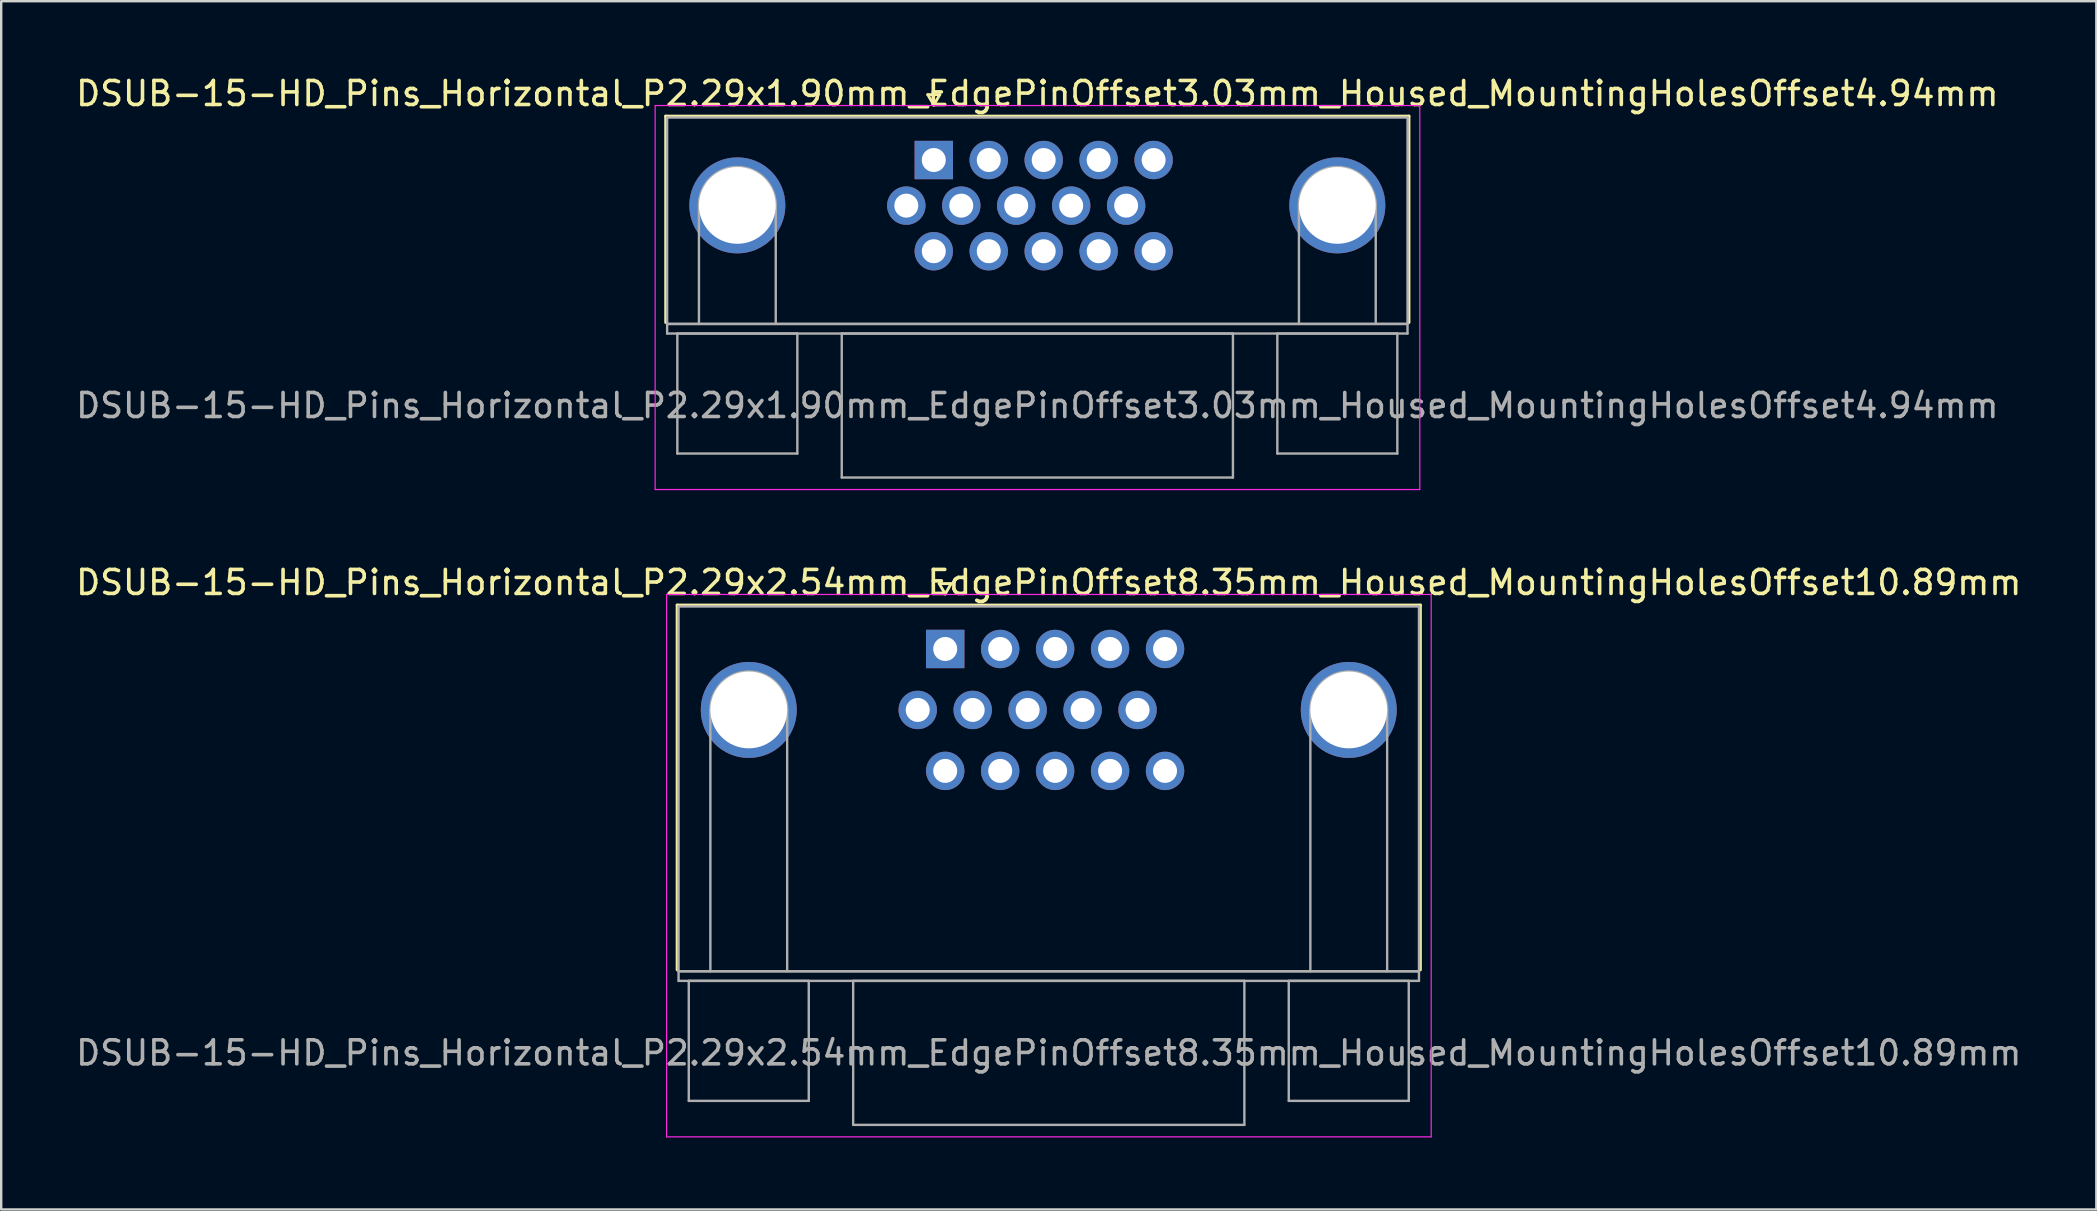
<source format=kicad_pcb>
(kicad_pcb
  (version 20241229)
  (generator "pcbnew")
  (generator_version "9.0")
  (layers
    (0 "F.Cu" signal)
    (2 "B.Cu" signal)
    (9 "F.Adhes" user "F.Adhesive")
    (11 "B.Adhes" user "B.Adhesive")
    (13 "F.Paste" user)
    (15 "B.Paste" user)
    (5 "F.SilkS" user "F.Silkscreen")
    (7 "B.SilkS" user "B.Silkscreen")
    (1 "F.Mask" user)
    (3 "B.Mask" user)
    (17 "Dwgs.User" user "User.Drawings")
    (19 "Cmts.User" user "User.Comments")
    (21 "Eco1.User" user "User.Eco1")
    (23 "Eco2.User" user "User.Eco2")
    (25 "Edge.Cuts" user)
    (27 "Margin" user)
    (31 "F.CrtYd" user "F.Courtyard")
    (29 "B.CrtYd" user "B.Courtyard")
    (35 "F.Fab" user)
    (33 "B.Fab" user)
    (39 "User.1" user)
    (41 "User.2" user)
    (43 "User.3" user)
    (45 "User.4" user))
  (footprint "DSUB-15-HD_Pins_Horizontal_P2.29x2.54mm_EdgePinOffset8.35mm_Housed_MountingHolesOffset10.89mm"
    (layer "F.Cu")
    (at 36.334 23.991)
    (property "Reference" "DSUB-15-HD_Pins_Horizontal_P2.29x2.54mm_EdgePinOffset8.35mm_Housed_MountingHolesOffset10.89mm" (at 4.315 -2.77 0) (layer "F.SilkS") (effects (font (size 1 1) (thickness 0.15))))
    (attr through_hole)
    (fp_line (start -11.17 -1.83) (end 19.8 -1.83) (stroke (width 0.12) (type solid)) (layer "F.SilkS"))
    (fp_line (start -11.17 13.37) (end -11.17 -1.83) (stroke (width 0.12) (type solid)) (layer "F.SilkS"))
    (fp_line (start -0.25 -2.724) (end 0.25 -2.724) (stroke (width 0.12) (type solid)) (layer "F.SilkS"))
    (fp_line (start 0 -2.291) (end -0.25 -2.724) (stroke (width 0.12) (type solid)) (layer "F.SilkS"))
    (fp_line (start 0.25 -2.724) (end 0 -2.291) (stroke (width 0.12) (type solid)) (layer "F.SilkS"))
    (fp_line (start 19.8 -1.83) (end 19.8 13.37) (stroke (width 0.12) (type solid)) (layer "F.SilkS"))
    (fp_line (start -11.61 -2.27) (end -11.61 20.33) (stroke (width 0.05) (type solid)) (layer "F.CrtYd"))
    (fp_line (start -11.61 20.33) (end 20.25 20.33) (stroke (width 0.05) (type solid)) (layer "F.CrtYd"))
    (fp_line (start 20.25 -2.27) (end -11.61 -2.27) (stroke (width 0.05) (type solid)) (layer "F.CrtYd"))
    (fp_line (start 20.25 20.33) (end 20.25 -2.27) (stroke (width 0.05) (type solid)) (layer "F.CrtYd"))
    (fp_line (start -11.11 -1.77) (end -11.11 13.43) (stroke (width 0.1) (type solid)) (layer "F.Fab"))
    (fp_line (start -11.11 13.43) (end -11.11 13.83) (stroke (width 0.1) (type solid)) (layer "F.Fab"))
    (fp_line (start -11.11 13.43) (end 19.74 13.43) (stroke (width 0.1) (type solid)) (layer "F.Fab"))
    (fp_line (start -11.11 13.83) (end 19.74 13.83) (stroke (width 0.1) (type solid)) (layer "F.Fab"))
    (fp_line (start -10.685 13.83) (end -10.685 18.83) (stroke (width 0.1) (type solid)) (layer "F.Fab"))
    (fp_line (start -10.685 18.83) (end -5.685 18.83) (stroke (width 0.1) (type solid)) (layer "F.Fab"))
    (fp_line (start -9.785 13.43) (end -9.785 2.54) (stroke (width 0.1) (type solid)) (layer "F.Fab"))
    (fp_line (start -6.585 13.43) (end -6.585 2.54) (stroke (width 0.1) (type solid)) (layer "F.Fab"))
    (fp_line (start -5.685 13.83) (end -10.685 13.83) (stroke (width 0.1) (type solid)) (layer "F.Fab"))
    (fp_line (start -5.685 18.83) (end -5.685 13.83) (stroke (width 0.1) (type solid)) (layer "F.Fab"))
    (fp_line (start -3.835 13.83) (end -3.835 19.83) (stroke (width 0.1) (type solid)) (layer "F.Fab"))
    (fp_line (start -3.835 19.83) (end 12.465 19.83) (stroke (width 0.1) (type solid)) (layer "F.Fab"))
    (fp_line (start 12.465 13.83) (end -3.835 13.83) (stroke (width 0.1) (type solid)) (layer "F.Fab"))
    (fp_line (start 12.465 19.83) (end 12.465 13.83) (stroke (width 0.1) (type solid)) (layer "F.Fab"))
    (fp_line (start 14.315 13.83) (end 14.315 18.83) (stroke (width 0.1) (type solid)) (layer "F.Fab"))
    (fp_line (start 14.315 18.83) (end 19.315 18.83) (stroke (width 0.1) (type solid)) (layer "F.Fab"))
    (fp_line (start 15.215 13.43) (end 15.215 2.54) (stroke (width 0.1) (type solid)) (layer "F.Fab"))
    (fp_line (start 18.415 13.43) (end 18.415 2.54) (stroke (width 0.1) (type solid)) (layer "F.Fab"))
    (fp_line (start 19.315 13.83) (end 14.315 13.83) (stroke (width 0.1) (type solid)) (layer "F.Fab"))
    (fp_line (start 19.315 18.83) (end 19.315 13.83) (stroke (width 0.1) (type solid)) (layer "F.Fab"))
    (fp_line (start 19.74 -1.77) (end -11.11 -1.77) (stroke (width 0.1) (type solid)) (layer "F.Fab"))
    (fp_line (start 19.74 13.43) (end -11.11 13.43) (stroke (width 0.1) (type solid)) (layer "F.Fab"))
    (fp_line (start 19.74 13.43) (end 19.74 -1.77) (stroke (width 0.1) (type solid)) (layer "F.Fab"))
    (fp_line (start 19.74 13.83) (end 19.74 13.43) (stroke (width 0.1) (type solid)) (layer "F.Fab"))
    (fp_arc (start -9.785 2.54) (mid -8.185 0.94) (end -6.585 2.54) (stroke (width 0.1) (type solid)) (layer "F.Fab"))
    (fp_arc (start 15.215 2.54) (mid 16.815 0.94) (end 18.415 2.54) (stroke (width 0.1) (type solid)) (layer "F.Fab"))
    (fp_text user "${REFERENCE}" (at 4.315 16.83 0) (layer "F.Fab") (effects (font (size 1 1) (thickness 0.15))))
    (pad "0" thru_hole circle (at -8.185 2.54) (size 4 4) (drill 3.2) (layers "*.Cu" "*.Mask"))
    (pad "0" thru_hole circle (at 16.815 2.54) (size 4 4) (drill 3.2) (layers "*.Cu" "*.Mask"))
    (pad "1" thru_hole rect (at 0 0) (size 1.6 1.6) (drill 1) (layers "*.Cu" "*.Mask"))
    (pad "2" thru_hole circle (at 2.29 0) (size 1.6 1.6) (drill 1) (layers "*.Cu" "*.Mask"))
    (pad "3" thru_hole circle (at 4.58 0) (size 1.6 1.6) (drill 1) (layers "*.Cu" "*.Mask"))
    (pad "4" thru_hole circle (at 6.87 0) (size 1.6 1.6) (drill 1) (layers "*.Cu" "*.Mask"))
    (pad "5" thru_hole circle (at 9.16 0) (size 1.6 1.6) (drill 1) (layers "*.Cu" "*.Mask"))
    (pad "6" thru_hole circle (at -1.145 2.54) (size 1.6 1.6) (drill 1) (layers "*.Cu" "*.Mask"))
    (pad "7" thru_hole circle (at 1.145 2.54) (size 1.6 1.6) (drill 1) (layers "*.Cu" "*.Mask"))
    (pad "8" thru_hole circle (at 3.435 2.54) (size 1.6 1.6) (drill 1) (layers "*.Cu" "*.Mask"))
    (pad "9" thru_hole circle (at 5.725 2.54) (size 1.6 1.6) (drill 1) (layers "*.Cu" "*.Mask"))
    (pad "10" thru_hole circle (at 8.015 2.54) (size 1.6 1.6) (drill 1) (layers "*.Cu" "*.Mask"))
    (pad "11" thru_hole circle (at 0 5.08) (size 1.6 1.6) (drill 1) (layers "*.Cu" "*.Mask"))
    (pad "12" thru_hole circle (at 2.29 5.08) (size 1.6 1.6) (drill 1) (layers "*.Cu" "*.Mask"))
    (pad "13" thru_hole circle (at 4.58 5.08) (size 1.6 1.6) (drill 1) (layers "*.Cu" "*.Mask"))
    (pad "14" thru_hole circle (at 6.87 5.08) (size 1.6 1.6) (drill 1) (layers "*.Cu" "*.Mask"))
    (pad "15" thru_hole circle (at 9.16 5.08) (size 1.6 1.6) (drill 1) (layers "*.Cu" "*.Mask")))
  (footprint "DSUB-15-HD_Pins_Horizontal_P2.29x1.90mm_EdgePinOffset3.03mm_Housed_MountingHolesOffset4.94mm"
    (layer "F.Cu")
    (at 35.858 3.618)
    (property "Reference" "DSUB-15-HD_Pins_Horizontal_P2.29x1.90mm_EdgePinOffset3.03mm_Housed_MountingHolesOffset4.94mm" (at 4.315 -2.77 0) (layer "F.SilkS") (effects (font (size 1 1) (thickness 0.15))))
    (attr through_hole)
    (fp_line (start -11.17 -1.83) (end 19.8 -1.83) (stroke (width 0.12) (type solid)) (layer "F.SilkS"))
    (fp_line (start -11.17 6.77) (end -11.17 -1.83) (stroke (width 0.12) (type solid)) (layer "F.SilkS"))
    (fp_line (start -0.25 -2.724) (end 0.25 -2.724) (stroke (width 0.12) (type solid)) (layer "F.SilkS"))
    (fp_line (start 0 -2.291) (end -0.25 -2.724) (stroke (width 0.12) (type solid)) (layer "F.SilkS"))
    (fp_line (start 0.25 -2.724) (end 0 -2.291) (stroke (width 0.12) (type solid)) (layer "F.SilkS"))
    (fp_line (start 19.8 -1.83) (end 19.8 6.77) (stroke (width 0.12) (type solid)) (layer "F.SilkS"))
    (fp_line (start -11.61 -2.27) (end -11.61 13.73) (stroke (width 0.05) (type solid)) (layer "F.CrtYd"))
    (fp_line (start -11.61 13.73) (end 20.25 13.73) (stroke (width 0.05) (type solid)) (layer "F.CrtYd"))
    (fp_line (start 20.25 -2.27) (end -11.61 -2.27) (stroke (width 0.05) (type solid)) (layer "F.CrtYd"))
    (fp_line (start 20.25 13.73) (end 20.25 -2.27) (stroke (width 0.05) (type solid)) (layer "F.CrtYd"))
    (fp_line (start -11.11 -1.77) (end -11.11 6.83) (stroke (width 0.1) (type solid)) (layer "F.Fab"))
    (fp_line (start -11.11 6.83) (end -11.11 7.23) (stroke (width 0.1) (type solid)) (layer "F.Fab"))
    (fp_line (start -11.11 6.83) (end 19.74 6.83) (stroke (width 0.1) (type solid)) (layer "F.Fab"))
    (fp_line (start -11.11 7.23) (end 19.74 7.23) (stroke (width 0.1) (type solid)) (layer "F.Fab"))
    (fp_line (start -10.685 7.23) (end -10.685 12.23) (stroke (width 0.1) (type solid)) (layer "F.Fab"))
    (fp_line (start -10.685 12.23) (end -5.685 12.23) (stroke (width 0.1) (type solid)) (layer "F.Fab"))
    (fp_line (start -9.785 6.83) (end -9.785 1.89) (stroke (width 0.1) (type solid)) (layer "F.Fab"))
    (fp_line (start -6.585 6.83) (end -6.585 1.89) (stroke (width 0.1) (type solid)) (layer "F.Fab"))
    (fp_line (start -5.685 7.23) (end -10.685 7.23) (stroke (width 0.1) (type solid)) (layer "F.Fab"))
    (fp_line (start -5.685 12.23) (end -5.685 7.23) (stroke (width 0.1) (type solid)) (layer "F.Fab"))
    (fp_line (start -3.835 7.23) (end -3.835 13.23) (stroke (width 0.1) (type solid)) (layer "F.Fab"))
    (fp_line (start -3.835 13.23) (end 12.465 13.23) (stroke (width 0.1) (type solid)) (layer "F.Fab"))
    (fp_line (start 12.465 7.23) (end -3.835 7.23) (stroke (width 0.1) (type solid)) (layer "F.Fab"))
    (fp_line (start 12.465 13.23) (end 12.465 7.23) (stroke (width 0.1) (type solid)) (layer "F.Fab"))
    (fp_line (start 14.315 7.23) (end 14.315 12.23) (stroke (width 0.1) (type solid)) (layer "F.Fab"))
    (fp_line (start 14.315 12.23) (end 19.315 12.23) (stroke (width 0.1) (type solid)) (layer "F.Fab"))
    (fp_line (start 15.215 6.83) (end 15.215 1.89) (stroke (width 0.1) (type solid)) (layer "F.Fab"))
    (fp_line (start 18.415 6.83) (end 18.415 1.89) (stroke (width 0.1) (type solid)) (layer "F.Fab"))
    (fp_line (start 19.315 7.23) (end 14.315 7.23) (stroke (width 0.1) (type solid)) (layer "F.Fab"))
    (fp_line (start 19.315 12.23) (end 19.315 7.23) (stroke (width 0.1) (type solid)) (layer "F.Fab"))
    (fp_line (start 19.74 -1.77) (end -11.11 -1.77) (stroke (width 0.1) (type solid)) (layer "F.Fab"))
    (fp_line (start 19.74 6.83) (end -11.11 6.83) (stroke (width 0.1) (type solid)) (layer "F.Fab"))
    (fp_line (start 19.74 6.83) (end 19.74 -1.77) (stroke (width 0.1) (type solid)) (layer "F.Fab"))
    (fp_line (start 19.74 7.23) (end 19.74 6.83) (stroke (width 0.1) (type solid)) (layer "F.Fab"))
    (fp_arc (start -9.785 1.89) (mid -8.185 0.29) (end -6.585 1.89) (stroke (width 0.1) (type solid)) (layer "F.Fab"))
    (fp_arc (start 15.215 1.89) (mid 16.815 0.29) (end 18.415 1.89) (stroke (width 0.1) (type solid)) (layer "F.Fab"))
    (fp_text user "${REFERENCE}" (at 4.315 10.23 0) (layer "F.Fab") (effects (font (size 1 1) (thickness 0.15))))
    (pad "0" thru_hole circle (at -8.185 1.89) (size 4 4) (drill 3.2) (layers "*.Cu" "*.Mask"))
    (pad "0" thru_hole circle (at 16.815 1.89) (size 4 4) (drill 3.2) (layers "*.Cu" "*.Mask"))
    (pad "1" thru_hole rect (at 0 0) (size 1.6 1.6) (drill 1) (layers "*.Cu" "*.Mask"))
    (pad "2" thru_hole circle (at 2.29 0) (size 1.6 1.6) (drill 1) (layers "*.Cu" "*.Mask"))
    (pad "3" thru_hole circle (at 4.58 0) (size 1.6 1.6) (drill 1) (layers "*.Cu" "*.Mask"))
    (pad "4" thru_hole circle (at 6.87 0) (size 1.6 1.6) (drill 1) (layers "*.Cu" "*.Mask"))
    (pad "5" thru_hole circle (at 9.16 0) (size 1.6 1.6) (drill 1) (layers "*.Cu" "*.Mask"))
    (pad "6" thru_hole circle (at -1.145 1.9) (size 1.6 1.6) (drill 1) (layers "*.Cu" "*.Mask"))
    (pad "7" thru_hole circle (at 1.145 1.9) (size 1.6 1.6) (drill 1) (layers "*.Cu" "*.Mask"))
    (pad "8" thru_hole circle (at 3.435 1.9) (size 1.6 1.6) (drill 1) (layers "*.Cu" "*.Mask"))
    (pad "9" thru_hole circle (at 5.725 1.9) (size 1.6 1.6) (drill 1) (layers "*.Cu" "*.Mask"))
    (pad "10" thru_hole circle (at 8.015 1.9) (size 1.6 1.6) (drill 1) (layers "*.Cu" "*.Mask"))
    (pad "11" thru_hole circle (at 0 3.8) (size 1.6 1.6) (drill 1) (layers "*.Cu" "*.Mask"))
    (pad "12" thru_hole circle (at 2.29 3.8) (size 1.6 1.6) (drill 1) (layers "*.Cu" "*.Mask"))
    (pad "13" thru_hole circle (at 4.58 3.8) (size 1.6 1.6) (drill 1) (layers "*.Cu" "*.Mask"))
    (pad "14" thru_hole circle (at 6.87 3.8) (size 1.6 1.6) (drill 1) (layers "*.Cu" "*.Mask"))
    (pad "15" thru_hole circle (at 9.16 3.8) (size 1.6 1.6) (drill 1) (layers "*.Cu" "*.Mask")))
  (gr_rect
    (start -3 -3)
    (end 84.298 47.346)
    (stroke (width 0.1) (type default))
    (fill no)
    (layer "Edge.Cuts")))
</source>
